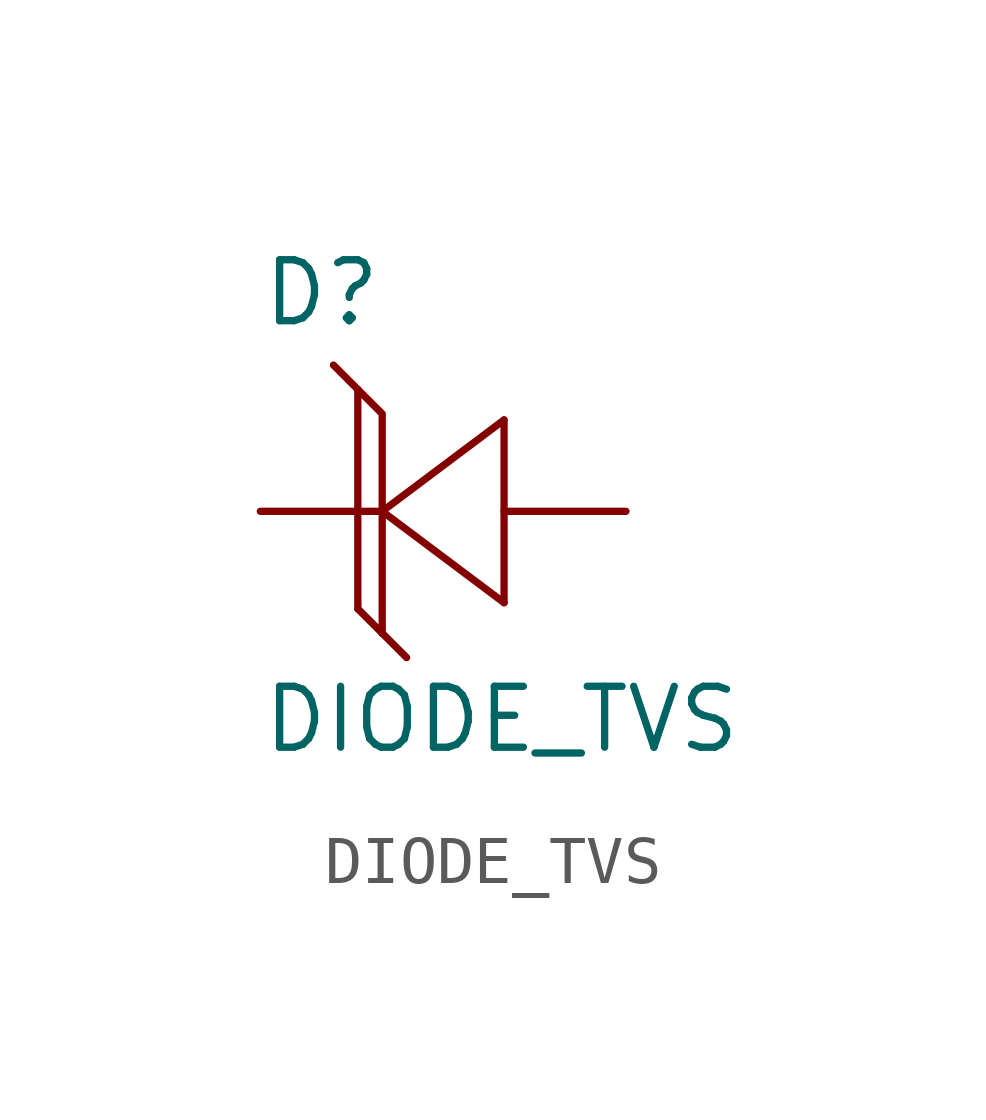
<source format=kicad_sym>
(kicad_symbol_lib
  (version 20211014)
  (generator kicad_symbol_editor)
  (symbol "DIODE_TVS"
    (pin_numbers hide)
    (pin_names hide)
    (property "Reference" "D"
      (at -2.54 3.81 0)
      (effects (font (size 1.27 1.27)) (justify left bottom)))
    (property "Value" "DIODE_TVS"
      (at -2.54 -5.08 0)
      (effects (font (size 1.27 1.27)) (justify left bottom)))
    (property "Datasheet" ""
      (at 0 0 0))
    (property "ki_fp_filters" "FlashPCB_CircuitProtection:DO-214AC_SMA FlashPCB_CircuitProtection:SMB FlashPCB_CircuitProtection:SMC FlashPCB_CircuitProtection:SMAF FlashPCB_CircuitProtection:SMBF FlashPCB_CircuitProtection:SOD-123 FlashPCB_CircuitProtection:SOD-123FL FlashPCB_CircuitProtection:SOD-128 FlashPCB_CircuitProtection:SOD-323 FlashPCB_CircuitProtection:SOD-323F FlashPCB_CircuitProtection:SOD-523 FlashPCB_CircuitProtection:SOD-723 FlashPCB_CircuitProtection:SOD-80C"
      (at 0 0 0))
    (symbol "DIODE_TVS_1_1"
      (polyline (pts (xy 2.54 1.905) (xy 2.54 -1.905)) (stroke (width 0.152)) (fill (type none)))
      (polyline (pts (xy 0 -2.54) (xy 0 0)) (stroke (width 0.152)) (fill (type none)))
      (polyline (pts (xy 0 0) (xy 0 1.981)) (stroke (width 0.152)) (fill (type none)))
      (polyline (pts (xy 0 0) (xy 2.54 1.905)) (stroke (width 0.152)) (fill (type none)))
      (polyline (pts (xy 2.54 -1.905) (xy 0 0)) (stroke (width 0.152)) (fill (type none)))
      (polyline (pts (xy 0 -2.54) (xy 0.508 -3.048)) (stroke (width 0.152)) (fill (type none)))
      (polyline (pts (xy -1.016 3.048) (xy -0.508 2.54)) (stroke (width 0.152)) (fill (type none)))
      (polyline (pts (xy -0.508 2.54) (xy 0 2.032)) (stroke (width 0.152)) (fill (type none)))
      (polyline (pts (xy -0.508 2.54) (xy -0.508 -2.032)) (stroke (width 0.152)) (fill (type none)))
      (polyline (pts (xy -0.508 -2.032) (xy 0 -2.54)) (stroke (width 0.152)) (fill (type none)))
      (pin passive line (at -2.54 0 0) (length 2.54) (name "CATHODE" (effects (font (size 0 0)))) (number "CATHODE" (effects (font (size 0 0)))))
      (pin passive line (at 5.08 0 180) (length 2.54) (name "ANODE" (effects (font (size 0 0)))) (number "ANODE" (effects (font (size 0 0))))))))
</source>
